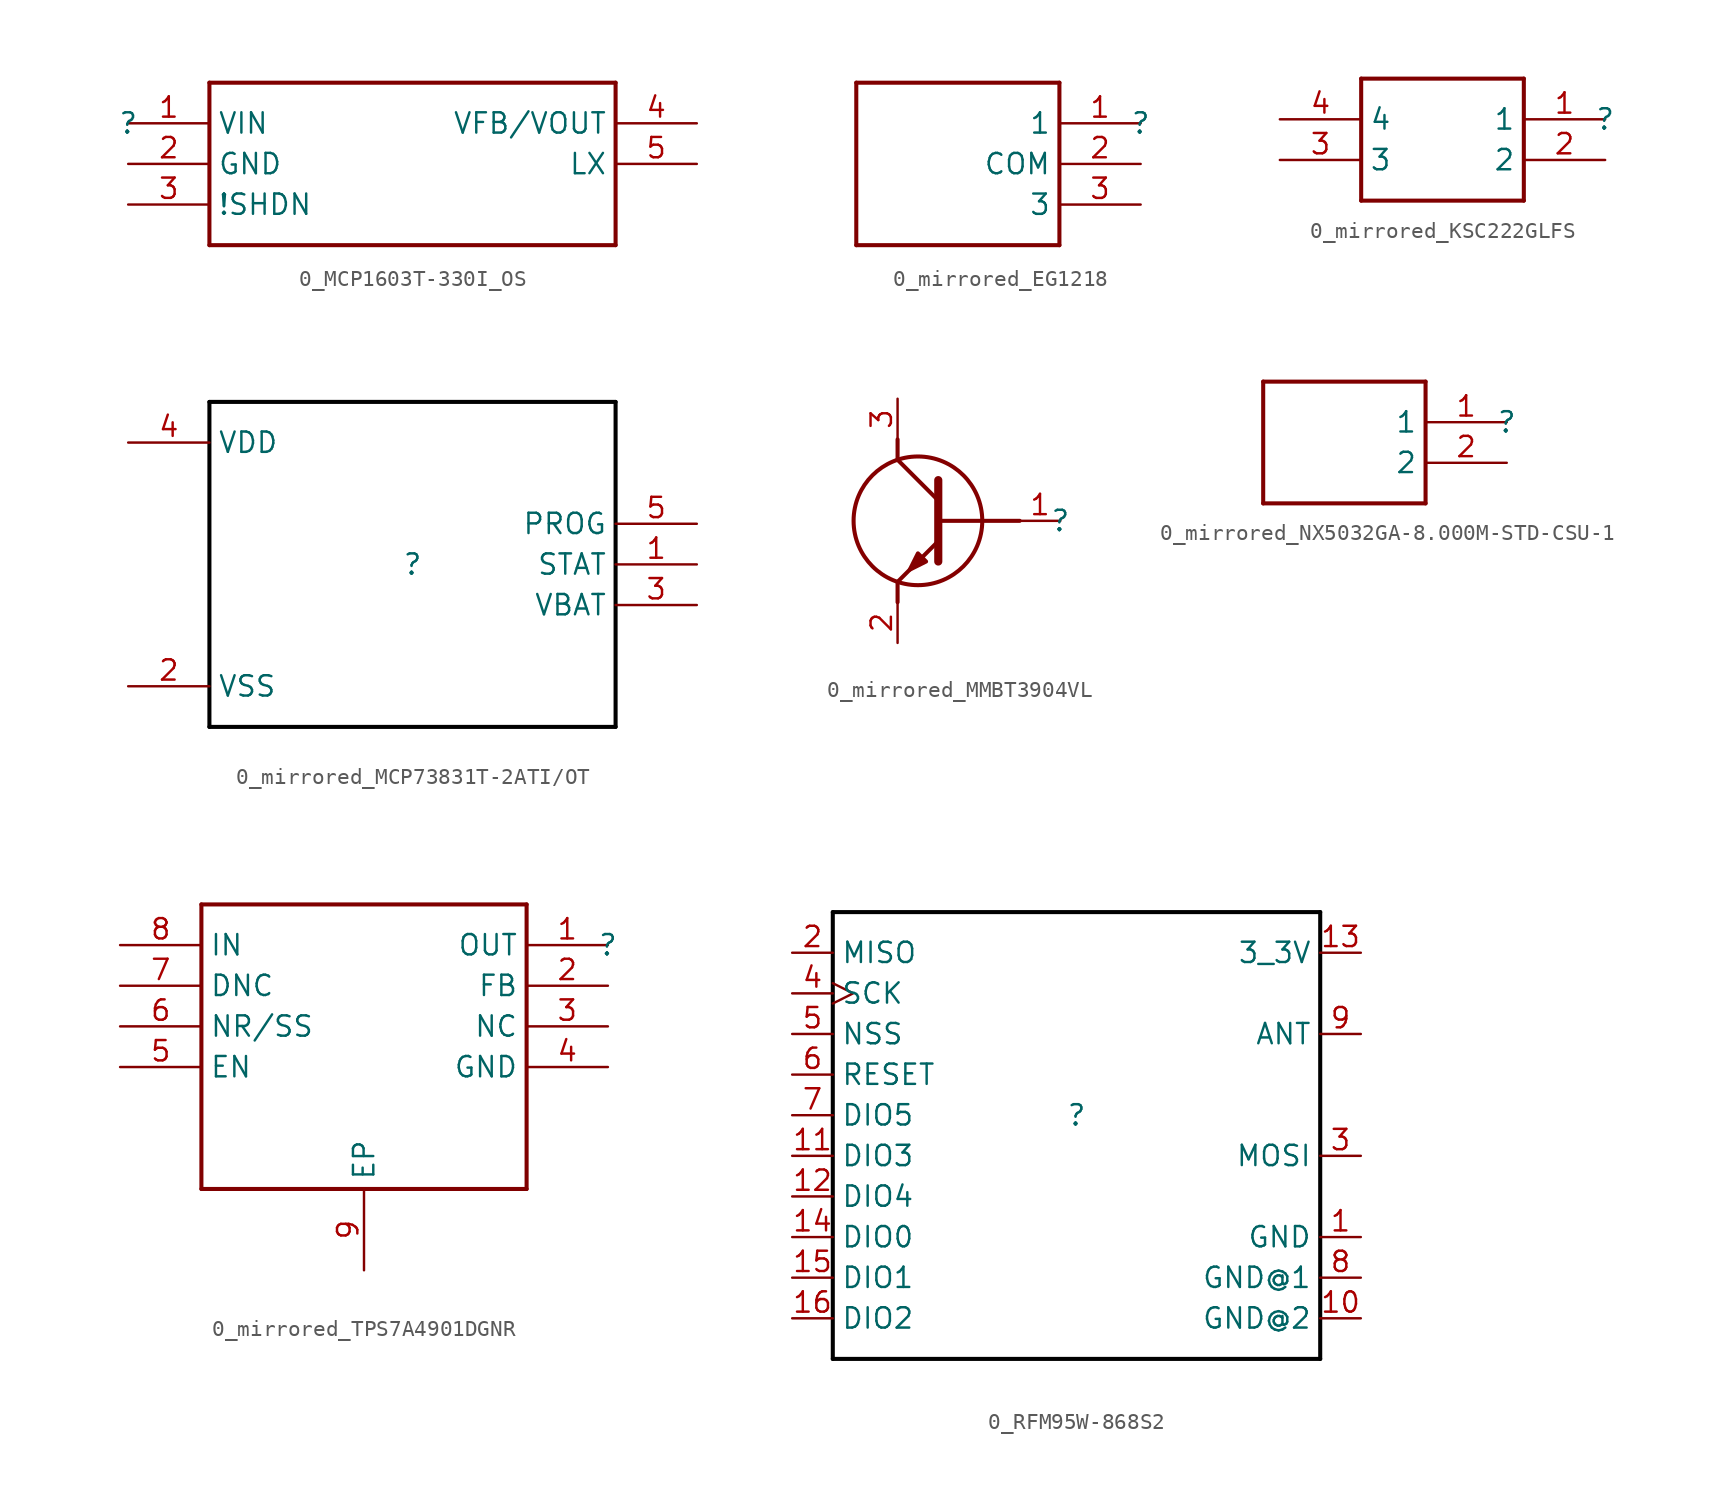
<source format=kicad_sym>
(kicad_symbol_lib
  (version 20220914)
  (generator kicad_symbol_editor)
  (symbol "0_MCP1603T-330I_OS"
    (property "Reference" ""
      (at 0 0 0)
      (effects (font (size 1.27 1.27))))
    (property "Value" ""
      (at 0 0 0)
      (effects (font (size 1.27 1.27))))
    (symbol "0_MCP1603T-330I_OS_1_0"
      (polyline (pts (xy 5.08 -7.62) (xy 5.08 2.54)) (stroke (width 0.254) (type solid) (color 128 0 0 1)) (fill (type none)))
      (polyline (pts (xy 5.08 -7.62) (xy 30.48 -7.62)) (stroke (width 0.254) (type solid) (color 128 0 0 1)) (fill (type none)))
      (polyline (pts (xy 30.48 2.54) (xy 5.08 2.54)) (stroke (width 0.254) (type solid) (color 128 0 0 1)) (fill (type none)))
      (polyline (pts (xy 30.48 2.54) (xy 30.48 -7.62)) (stroke (width 0.254) (type solid) (color 128 0 0 1)) (fill (type none)))
      (pin power_in line (at 0 0 0) (length 5.08) (name "VIN" (effects (font (size 1.27 1.27)))) (number "1" (effects (font (size 1.27 1.27)))))
      (pin power_in line (at 0 -2.54 0) (length 5.08) (name "GND" (effects (font (size 1.27 1.27)))) (number "2" (effects (font (size 1.27 1.27)))))
      (pin bidirectional line (at 0 -5.08 0) (length 5.08) (name "!SHDN" (effects (font (size 1.27 1.27)))) (number "3" (effects (font (size 1.27 1.27)))))
      (pin power_in line (at 35.56 0 180) (length 5.08) (name "VFB/VOUT" (effects (font (size 1.27 1.27)))) (number "4" (effects (font (size 1.27 1.27)))))
      (pin bidirectional line (at 35.56 -2.54 180) (length 5.08) (name "LX" (effects (font (size 1.27 1.27)))) (number "5" (effects (font (size 1.27 1.27)))))))
  (symbol "0_mirrored_EG1218"
    (property "Reference" ""
      (at 0 0 0)
      (effects (font (size 1.27 1.27))))
    (property "Value" ""
      (at 0 0 0)
      (effects (font (size 1.27 1.27))))
    (symbol "0_mirrored_EG1218_1_0"
      (polyline (pts (xy -17.78 2.54) (xy -17.78 -7.62)) (stroke (width 0.254) (type solid) (color 128 0 0 1)) (fill (type none)))
      (polyline (pts (xy -17.78 2.54) (xy -5.08 2.54)) (stroke (width 0.254) (type solid) (color 128 0 0 1)) (fill (type none)))
      (polyline (pts (xy -5.08 -7.62) (xy -17.78 -7.62)) (stroke (width 0.254) (type solid) (color 128 0 0 1)) (fill (type none)))
      (polyline (pts (xy -5.08 -7.62) (xy -5.08 2.54)) (stroke (width 0.254) (type solid) (color 128 0 0 1)) (fill (type none)))
      (pin bidirectional line (at 0 0 180) (length 5.08) (name "1" (effects (font (size 1.27 1.27)))) (number "1" (effects (font (size 1.27 1.27)))))
      (pin bidirectional line (at 0 -2.54 180) (length 5.08) (name "COM" (effects (font (size 1.27 1.27)))) (number "2" (effects (font (size 1.27 1.27)))))
      (pin bidirectional line (at 0 -5.08 180) (length 5.08) (name "3" (effects (font (size 1.27 1.27)))) (number "3" (effects (font (size 1.27 1.27)))))))
  (symbol "0_mirrored_KSC222GLFS"
    (property "Reference" ""
      (at 0 0 0)
      (effects (font (size 1.27 1.27))))
    (property "Value" ""
      (at 0 0 0)
      (effects (font (size 1.27 1.27))))
    (symbol "0_mirrored_KSC222GLFS_1_0"
      (polyline (pts (xy -15.24 2.54) (xy -15.24 -5.08)) (stroke (width 0.254) (type solid) (color 128 0 0 1)) (fill (type none)))
      (polyline (pts (xy -15.24 2.54) (xy -5.08 2.54)) (stroke (width 0.254) (type solid) (color 128 0 0 1)) (fill (type none)))
      (polyline (pts (xy -5.08 -5.08) (xy -15.24 -5.08)) (stroke (width 0.254) (type solid) (color 128 0 0 1)) (fill (type none)))
      (polyline (pts (xy -5.08 -5.08) (xy -5.08 2.54)) (stroke (width 0.254) (type solid) (color 128 0 0 1)) (fill (type none)))
      (pin bidirectional line (at 0 0 180) (length 5.08) (name "1" (effects (font (size 1.27 1.27)))) (number "1" (effects (font (size 1.27 1.27)))))
      (pin bidirectional line (at 0 -2.54 180) (length 5.08) (name "2" (effects (font (size 1.27 1.27)))) (number "2" (effects (font (size 1.27 1.27)))))
      (pin bidirectional line (at -20.32 -2.54 0) (length 5.08) (name "3" (effects (font (size 1.27 1.27)))) (number "3" (effects (font (size 1.27 1.27)))))
      (pin bidirectional line (at -20.32 0 0) (length 5.08) (name "4" (effects (font (size 1.27 1.27)))) (number "4" (effects (font (size 1.27 1.27)))))))
  (symbol "0_mirrored_MCP73831T-2ATI/OT"
    (property "Reference" ""
      (at 0 0 0)
      (effects (font (size 1.27 1.27))))
    (property "Value" ""
      (at 0 0 0)
      (effects (font (size 1.27 1.27))))
    (symbol "0_mirrored_MCP73831T-2ATI/OT_1_0"
      (polyline (pts (xy -12.7 -10.16) (xy 12.7 -10.16)) (stroke (width 0.254) (type solid) (color 0 0 0 1)) (fill (type none)))
      (polyline (pts (xy -12.7 10.16) (xy -12.7 -10.16)) (stroke (width 0.254) (type solid) (color 0 0 0 1)) (fill (type none)))
      (polyline (pts (xy 12.7 -10.16) (xy 12.7 10.16)) (stroke (width 0.254) (type solid) (color 0 0 0 1)) (fill (type none)))
      (polyline (pts (xy 12.7 10.16) (xy -12.7 10.16)) (stroke (width 0.254) (type solid) (color 0 0 0 1)) (fill (type none)))
      (pin input line (at 17.78 0 180) (length 5.08) (name "STAT" (effects (font (size 1.27 1.27)))) (number "1" (effects (font (size 1.27 1.27)))))
      (pin power_in line (at -17.78 -7.62 0) (length 5.08) (name "VSS" (effects (font (size 1.27 1.27)))) (number "2" (effects (font (size 1.27 1.27)))))
      (pin power_in line (at 17.78 -2.54 180) (length 5.08) (name "VBAT" (effects (font (size 1.27 1.27)))) (number "3" (effects (font (size 1.27 1.27)))))
      (pin power_in line (at -17.78 7.62 0) (length 5.08) (name "VDD" (effects (font (size 1.27 1.27)))) (number "4" (effects (font (size 1.27 1.27)))))
      (pin input line (at 17.78 2.54 180) (length 5.08) (name "PROG" (effects (font (size 1.27 1.27)))) (number "5" (effects (font (size 1.27 1.27)))))))
  (symbol "0_mirrored_MMBT3904VL"
    (property "Reference" ""
      (at 0 0 0)
      (effects (font (size 1.27 1.27))))
    (property "Value" ""
      (at 0 0 0)
      (effects (font (size 1.27 1.27))))
    (symbol "0_mirrored_MMBT3904VL_1_0"
      (circle (center -8.89 0) (radius 4.016) (stroke (width 0.254) (type solid)) (fill (type none)))
      (polyline (pts (xy -10.16 -5.08) (xy -10.16 -3.81)) (stroke (width 0.254) (type solid) (color 128 0 0 1)) (fill (type none)))
      (polyline (pts (xy -10.16 -3.81) (xy -7.62 -1.27)) (stroke (width 0.254) (type solid) (color 128 0 0 1)) (fill (type none)))
      (polyline (pts (xy -10.16 3.81) (xy -7.62 1.27)) (stroke (width 0.254) (type solid) (color 128 0 0 1)) (fill (type none)))
      (polyline (pts (xy -10.16 5.08) (xy -10.16 3.81)) (stroke (width 0.254) (type solid) (color 128 0 0 1)) (fill (type none)))
      (polyline (pts (xy -7.62 -2.54) (xy -7.62 2.54)) (stroke (width 0.508) (type solid) (color 128 0 0 1)) (fill (type none)))
      (polyline (pts (xy -7.62 0) (xy -2.54 0)) (stroke (width 0.254) (type solid) (color 128 0 0 1)) (fill (type none)))
      (polyline (pts (xy -8.382 -2.54) (xy -8.89 -2.032) (xy -9.398 -3.048) (xy -8.382 -2.54)) (stroke (width 0.254) (type solid)) (fill (type outline)))
      (pin bidirectional line (at 0 0 180) (length 2.54) (name "B" (effects (font (size 0 0)))) (number "1" (effects (font (size 1.27 1.27)))))
      (pin bidirectional line (at -10.16 -7.62 90) (length 2.54) (name "E" (effects (font (size 0 0)))) (number "2" (effects (font (size 1.27 1.27)))))
      (pin bidirectional line (at -10.16 7.62 270) (length 2.54) (name "C" (effects (font (size 0 0)))) (number "3" (effects (font (size 1.27 1.27)))))))
  (symbol "0_mirrored_NX5032GA-8.000M-STD-CSU-1"
    (property "Reference" ""
      (at 0 0 0)
      (effects (font (size 1.27 1.27))))
    (property "Value" ""
      (at 0 0 0)
      (effects (font (size 1.27 1.27))))
    (symbol "0_mirrored_NX5032GA-8.000M-STD-CSU-1_1_0"
      (polyline (pts (xy -15.24 2.54) (xy -15.24 -5.08)) (stroke (width 0.254) (type solid) (color 128 0 0 1)) (fill (type none)))
      (polyline (pts (xy -15.24 2.54) (xy -5.08 2.54)) (stroke (width 0.254) (type solid) (color 128 0 0 1)) (fill (type none)))
      (polyline (pts (xy -5.08 -5.08) (xy -15.24 -5.08)) (stroke (width 0.254) (type solid) (color 128 0 0 1)) (fill (type none)))
      (polyline (pts (xy -5.08 -5.08) (xy -5.08 2.54)) (stroke (width 0.254) (type solid) (color 128 0 0 1)) (fill (type none)))
      (pin bidirectional line (at 0 0 180) (length 5.08) (name "1" (effects (font (size 1.27 1.27)))) (number "1" (effects (font (size 1.27 1.27)))))
      (pin bidirectional line (at 0 -2.54 180) (length 5.08) (name "2" (effects (font (size 1.27 1.27)))) (number "2" (effects (font (size 1.27 1.27)))))))
  (symbol "0_mirrored_TPS7A4901DGNR"
    (property "Reference" ""
      (at 0 0 0)
      (effects (font (size 1.27 1.27))))
    (property "Value" ""
      (at 0 0 0)
      (effects (font (size 1.27 1.27))))
    (symbol "0_mirrored_TPS7A4901DGNR_1_0"
      (polyline (pts (xy -25.4 2.54) (xy -25.4 -15.24)) (stroke (width 0.254) (type solid) (color 128 0 0 1)) (fill (type none)))
      (polyline (pts (xy -25.4 2.54) (xy -5.08 2.54)) (stroke (width 0.254) (type solid) (color 128 0 0 1)) (fill (type none)))
      (polyline (pts (xy -5.08 -15.24) (xy -25.4 -15.24)) (stroke (width 0.254) (type solid) (color 128 0 0 1)) (fill (type none)))
      (polyline (pts (xy -5.08 -15.24) (xy -5.08 2.54)) (stroke (width 0.254) (type solid) (color 128 0 0 1)) (fill (type none)))
      (pin power_in line (at 0 0 180) (length 5.08) (name "OUT" (effects (font (size 1.27 1.27)))) (number "1" (effects (font (size 1.27 1.27)))))
      (pin bidirectional line (at 0 -2.54 180) (length 5.08) (name "FB" (effects (font (size 1.27 1.27)))) (number "2" (effects (font (size 1.27 1.27)))))
      (pin passive line (at 0 -5.08 180) (length 5.08) (name "NC" (effects (font (size 1.27 1.27)))) (number "3" (effects (font (size 1.27 1.27)))))
      (pin power_in line (at 0 -7.62 180) (length 5.08) (name "GND" (effects (font (size 1.27 1.27)))) (number "4" (effects (font (size 1.27 1.27)))))
      (pin bidirectional line (at -30.48 -7.62 0) (length 5.08) (name "EN" (effects (font (size 1.27 1.27)))) (number "5" (effects (font (size 1.27 1.27)))))
      (pin bidirectional line (at -30.48 -5.08 0) (length 5.08) (name "NR/SS" (effects (font (size 1.27 1.27)))) (number "6" (effects (font (size 1.27 1.27)))))
      (pin bidirectional line (at -30.48 -2.54 0) (length 5.08) (name "DNC" (effects (font (size 1.27 1.27)))) (number "7" (effects (font (size 1.27 1.27)))))
      (pin power_in line (at -30.48 0 0) (length 5.08) (name "IN" (effects (font (size 1.27 1.27)))) (number "8" (effects (font (size 1.27 1.27)))))
      (pin power_in line (at -15.24 -20.32 90) (length 5.08) (name "EP" (effects (font (size 1.27 1.27)))) (number "9" (effects (font (size 1.27 1.27)))))))
  (symbol "0_RFM95W-868S2"
    (property "Reference" ""
      (at 0 0 0)
      (effects (font (size 1.27 1.27))))
    (property "Value" ""
      (at 0 0 0)
      (effects (font (size 1.27 1.27))))
    (symbol "0_RFM95W-868S2_1_0"
      (polyline (pts (xy -15.24 -15.24) (xy 15.24 -15.24)) (stroke (width 0.254) (type solid) (color 0 0 0 1)) (fill (type none)))
      (polyline (pts (xy -15.24 12.7) (xy -15.24 -15.24)) (stroke (width 0.254) (type solid) (color 0 0 0 1)) (fill (type none)))
      (polyline (pts (xy 15.24 -15.24) (xy 15.24 12.7)) (stroke (width 0.254) (type solid) (color 0 0 0 1)) (fill (type none)))
      (polyline (pts (xy 15.24 12.7) (xy -15.24 12.7)) (stroke (width 0.254) (type solid) (color 0 0 0 1)) (fill (type none)))
      (pin power_in line (at 17.78 -7.62 180) (length 2.54) (name "GND" (effects (font (size 1.27 1.27)))) (number "1" (effects (font (size 1.27 1.27)))))
      (pin power_in line (at 17.78 -12.7 180) (length 2.54) (name "GND@2" (effects (font (size 1.27 1.27)))) (number "10" (effects (font (size 1.27 1.27)))))
      (pin bidirectional line (at -17.78 -2.54 0) (length 2.54) (name "DIO3" (effects (font (size 1.27 1.27)))) (number "11" (effects (font (size 1.27 1.27)))))
      (pin bidirectional line (at -17.78 -5.08 0) (length 2.54) (name "DIO4" (effects (font (size 1.27 1.27)))) (number "12" (effects (font (size 1.27 1.27)))))
      (pin power_in line (at 17.78 10.16 180) (length 2.54) (name "3_3V" (effects (font (size 1.27 1.27)))) (number "13" (effects (font (size 1.27 1.27)))))
      (pin bidirectional line (at -17.78 -7.62 0) (length 2.54) (name "DIO0" (effects (font (size 1.27 1.27)))) (number "14" (effects (font (size 1.27 1.27)))))
      (pin bidirectional line (at -17.78 -10.16 0) (length 2.54) (name "DIO1" (effects (font (size 1.27 1.27)))) (number "15" (effects (font (size 1.27 1.27)))))
      (pin bidirectional line (at -17.78 -12.7 0) (length 2.54) (name "DIO2" (effects (font (size 1.27 1.27)))) (number "16" (effects (font (size 1.27 1.27)))))
      (pin input line (at -17.78 10.16 0) (length 2.54) (name "MISO" (effects (font (size 1.27 1.27)))) (number "2" (effects (font (size 1.27 1.27)))))
      (pin output line (at 17.78 -2.54 180) (length 2.54) (name "MOSI" (effects (font (size 1.27 1.27)))) (number "3" (effects (font (size 1.27 1.27)))))
      (pin input clock (at -17.78 7.62 0) (length 2.54) (name "SCK" (effects (font (size 1.27 1.27)))) (number "4" (effects (font (size 1.27 1.27)))))
      (pin input line (at -17.78 5.08 0) (length 2.54) (name "NSS" (effects (font (size 1.27 1.27)))) (number "5" (effects (font (size 1.27 1.27)))))
      (pin bidirectional line (at -17.78 2.54 0) (length 2.54) (name "RESET" (effects (font (size 1.27 1.27)))) (number "6" (effects (font (size 1.27 1.27)))))
      (pin bidirectional line (at -17.78 0 0) (length 2.54) (name "DIO5" (effects (font (size 1.27 1.27)))) (number "7" (effects (font (size 1.27 1.27)))))
      (pin power_in line (at 17.78 -10.16 180) (length 2.54) (name "GND@1" (effects (font (size 1.27 1.27)))) (number "8" (effects (font (size 1.27 1.27)))))
      (pin passive line (at 17.78 5.08 180) (length 2.54) (name "ANT" (effects (font (size 1.27 1.27)))) (number "9" (effects (font (size 1.27 1.27))))))))
</source>
